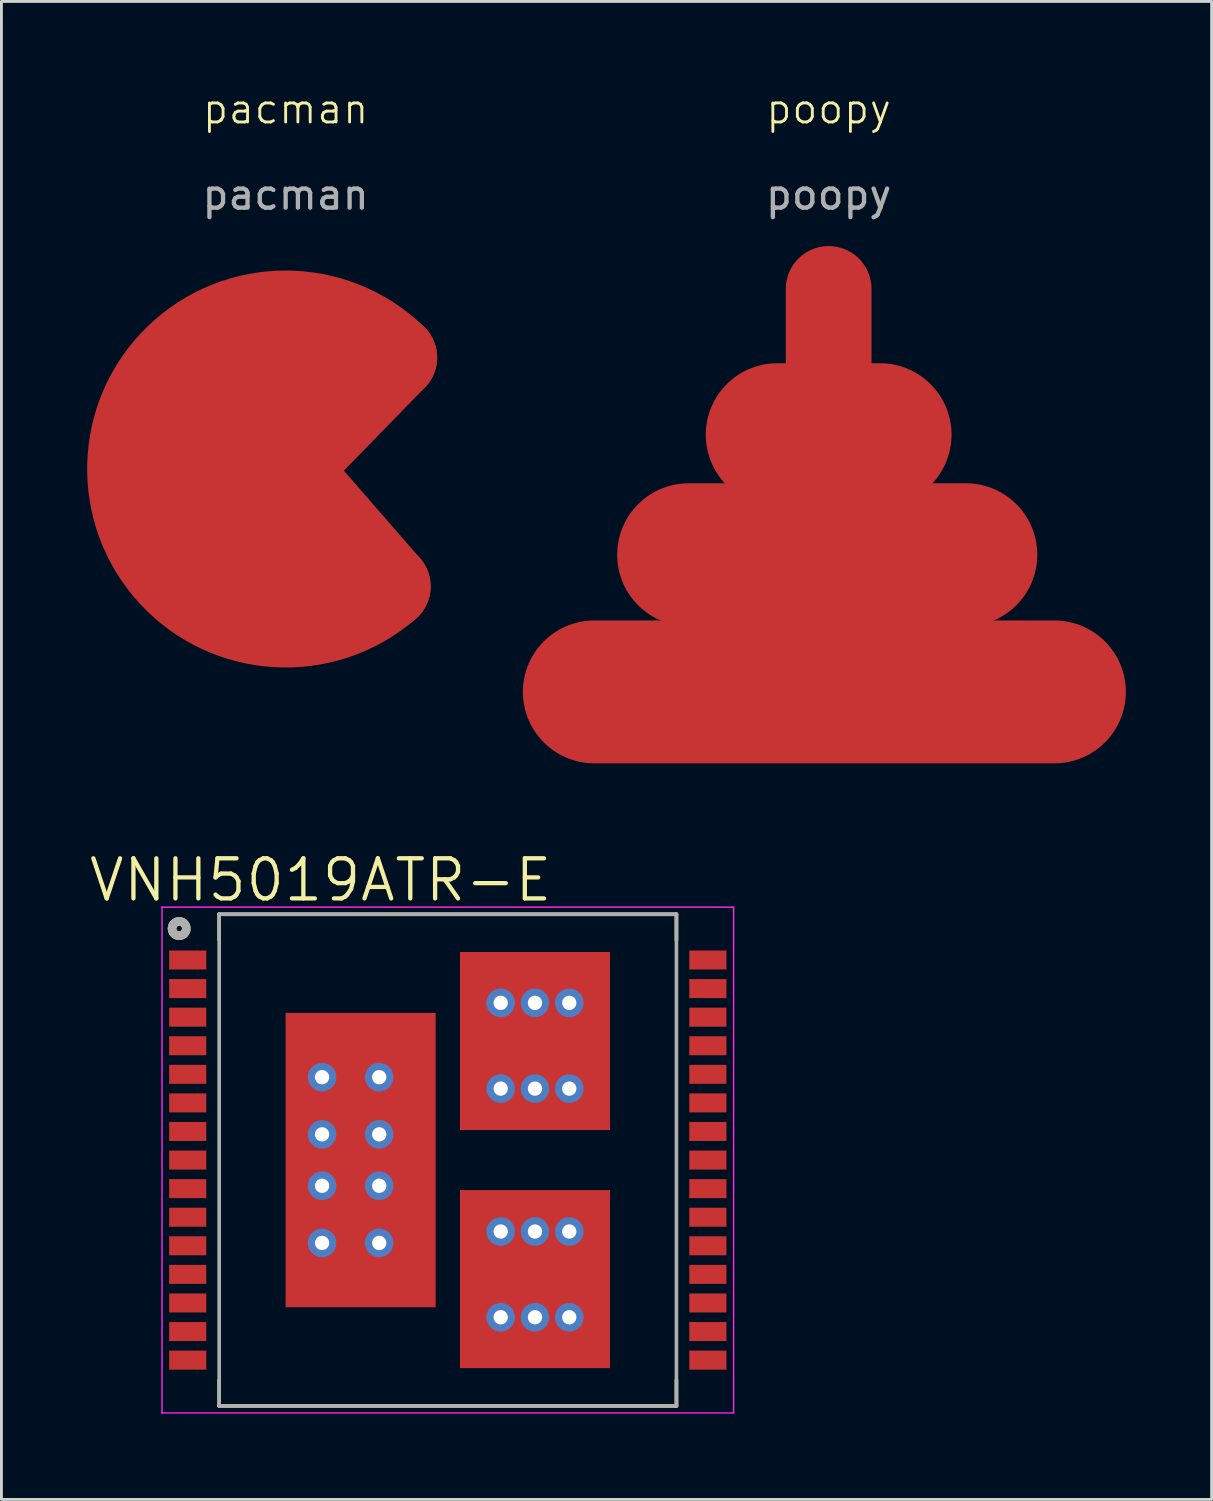
<source format=kicad_pcb>
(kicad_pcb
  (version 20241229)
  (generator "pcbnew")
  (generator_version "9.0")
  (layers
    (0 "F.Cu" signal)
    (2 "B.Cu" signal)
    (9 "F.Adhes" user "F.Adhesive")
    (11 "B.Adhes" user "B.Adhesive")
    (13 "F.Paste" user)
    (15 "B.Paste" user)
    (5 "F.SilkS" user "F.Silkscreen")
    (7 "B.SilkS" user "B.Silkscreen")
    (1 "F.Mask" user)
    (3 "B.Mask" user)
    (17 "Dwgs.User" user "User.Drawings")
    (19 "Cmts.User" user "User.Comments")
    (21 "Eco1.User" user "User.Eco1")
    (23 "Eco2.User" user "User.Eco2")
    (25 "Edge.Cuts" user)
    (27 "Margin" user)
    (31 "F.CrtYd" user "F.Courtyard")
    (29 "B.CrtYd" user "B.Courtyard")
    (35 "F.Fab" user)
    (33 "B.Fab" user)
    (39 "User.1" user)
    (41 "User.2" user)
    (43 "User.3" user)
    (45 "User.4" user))
  (footprint "VNH5019ATR-E"
    (layer "F.Cu")
    (at 12.619 37.541)
    (property "Reference" "VNH5019ATR-E" (at -4.453 -9.797 0) (layer "F.SilkS") (effects (font (size 1.403 1.403) (thickness 0.15))))
    (attr smd)
    (fp_line (start -8 -8.6) (end 8 -8.6) (stroke (width 0.127) (type solid)) (layer "F.SilkS"))
    (fp_line (start -8 -7.7) (end -8 -8.6) (stroke (width 0.127) (type solid)) (layer "F.SilkS"))
    (fp_line (start -8 7.7) (end -8 8.6) (stroke (width 0.127) (type solid)) (layer "F.SilkS"))
    (fp_line (start -8 8.6) (end 8 8.6) (stroke (width 0.127) (type solid)) (layer "F.SilkS"))
    (fp_line (start 8 -8.6) (end 8 -7.7) (stroke (width 0.127) (type solid)) (layer "F.SilkS"))
    (fp_line (start 8 8.6) (end 8 7.7) (stroke (width 0.127) (type solid)) (layer "F.SilkS"))
    (fp_circle (center -9.4 -8.1) (end -9.3 -8.1) (stroke (width 0.3) (type solid)) (fill no) (layer "F.SilkS"))
    (fp_poly (pts (xy -4.711 -3.257) (xy -1.39 -3.257) (xy -1.39 3.257) (xy -4.711 3.257)) (stroke (width 0.01) (type solid)) (fill yes) (layer "F.Paste"))
    (fp_poly (pts (xy 1.39 2.195) (xy 4.71 2.195) (xy 4.71 6.136) (xy 1.39 6.136)) (stroke (width 0.01) (type solid)) (fill yes) (layer "F.Paste"))
    (fp_poly (pts (xy 1.39 -6.135) (xy 4.71 -6.135) (xy 4.71 -2.196) (xy 1.39 -2.196)) (stroke (width 0.01) (type solid)) (fill yes) (layer "F.Paste"))
    (fp_line (start -10 -8.85) (end 10 -8.85) (stroke (width 0.05) (type solid)) (layer "F.CrtYd"))
    (fp_line (start -10 8.85) (end -10 -8.85) (stroke (width 0.05) (type solid)) (layer "F.CrtYd"))
    (fp_line (start 10 -8.85) (end 10 8.85) (stroke (width 0.05) (type solid)) (layer "F.CrtYd"))
    (fp_line (start 10 8.85) (end -10 8.85) (stroke (width 0.05) (type solid)) (layer "F.CrtYd"))
    (fp_line (start -8 -8.6) (end 8 -8.6) (stroke (width 0.127) (type solid)) (layer "F.Fab"))
    (fp_line (start -8 8.6) (end -8 -8.6) (stroke (width 0.127) (type solid)) (layer "F.Fab"))
    (fp_line (start 8 -8.6) (end 8 8.6) (stroke (width 0.127) (type solid)) (layer "F.Fab"))
    (fp_line (start 8 8.6) (end -8 8.6) (stroke (width 0.127) (type solid)) (layer "F.Fab"))
    (fp_circle (center -9.4 -8.1) (end -9.3 -8.1) (stroke (width 0.3) (type solid)) (fill no) (layer "F.Fab"))
    (pad "1" smd rect (at -9.1 -7) (size 1.3 0.665) (layers "F.Cu" "F.Mask" "F.Paste"))
    (pad "2" smd rect (at -9.1 -6) (size 1.3 0.665) (layers "F.Cu" "F.Mask" "F.Paste"))
    (pad "3" smd rect (at -9.1 -5) (size 1.3 0.665) (layers "F.Cu" "F.Mask" "F.Paste"))
    (pad "4" smd rect (at -9.1 -4) (size 1.3 0.665) (layers "F.Cu" "F.Mask" "F.Paste"))
    (pad "5" smd rect (at -9.1 -3) (size 1.3 0.665) (layers "F.Cu" "F.Mask" "F.Paste"))
    (pad "6" smd rect (at -9.1 -2) (size 1.3 0.665) (layers "F.Cu" "F.Mask" "F.Paste"))
    (pad "7" smd rect (at -9.1 -1) (size 1.3 0.665) (layers "F.Cu" "F.Mask" "F.Paste"))
    (pad "8" smd rect (at -9.1 0) (size 1.3 0.665) (layers "F.Cu" "F.Mask" "F.Paste"))
    (pad "9" smd rect (at -9.1 1) (size 1.3 0.665) (layers "F.Cu" "F.Mask" "F.Paste"))
    (pad "10" smd rect (at -9.1 2) (size 1.3 0.665) (layers "F.Cu" "F.Mask" "F.Paste"))
    (pad "11" smd rect (at -9.1 3) (size 1.3 0.665) (layers "F.Cu" "F.Mask" "F.Paste"))
    (pad "12" smd rect (at -9.1 4) (size 1.3 0.665) (layers "F.Cu" "F.Mask" "F.Paste"))
    (pad "13" smd rect (at -9.1 5) (size 1.3 0.665) (layers "F.Cu" "F.Mask" "F.Paste"))
    (pad "14" smd rect (at -9.1 6) (size 1.3 0.665) (layers "F.Cu" "F.Mask" "F.Paste"))
    (pad "15" smd rect (at -9.1 7) (size 1.3 0.665) (layers "F.Cu" "F.Mask" "F.Paste"))
    (pad "16" smd rect (at 9.1 7) (size 1.3 0.665) (layers "F.Cu" "F.Mask" "F.Paste"))
    (pad "17" smd rect (at 9.1 6) (size 1.3 0.665) (layers "F.Cu" "F.Mask" "F.Paste"))
    (pad "18" smd rect (at 9.1 5) (size 1.3 0.665) (layers "F.Cu" "F.Mask" "F.Paste"))
    (pad "19" smd rect (at 9.1 4) (size 1.3 0.665) (layers "F.Cu" "F.Mask" "F.Paste"))
    (pad "20" smd rect (at 9.1 3) (size 1.3 0.665) (layers "F.Cu" "F.Mask" "F.Paste"))
    (pad "21" smd rect (at 9.1 2) (size 1.3 0.665) (layers "F.Cu" "F.Mask" "F.Paste"))
    (pad "22" smd rect (at 9.1 1) (size 1.3 0.665) (layers "F.Cu" "F.Mask" "F.Paste"))
    (pad "23" smd rect (at 9.1 0) (size 1.3 0.665) (layers "F.Cu" "F.Mask" "F.Paste"))
    (pad "24" smd rect (at 9.1 -1) (size 1.3 0.665) (layers "F.Cu" "F.Mask" "F.Paste"))
    (pad "25" smd rect (at 9.1 -2) (size 1.3 0.665) (layers "F.Cu" "F.Mask" "F.Paste"))
    (pad "26" smd rect (at 9.1 -3) (size 1.3 0.665) (layers "F.Cu" "F.Mask" "F.Paste"))
    (pad "27" smd rect (at 9.1 -4) (size 1.3 0.665) (layers "F.Cu" "F.Mask" "F.Paste"))
    (pad "28" smd rect (at 9.1 -5) (size 1.3 0.665) (layers "F.Cu" "F.Mask" "F.Paste"))
    (pad "29" smd rect (at 9.1 -6) (size 1.3 0.665) (layers "F.Cu" "F.Mask" "F.Paste"))
    (pad "30" smd rect (at 9.1 -7) (size 1.3 0.665) (layers "F.Cu" "F.Mask" "F.Paste"))
    (pad "HS1" thru_hole circle (at -4.4 -2.9) (size 1 1) (drill 0.5) (layers "*.Cu" "*.Mask"))
    (pad "HS1" thru_hole circle (at -4.4 -0.9) (size 1 1) (drill 0.5) (layers "*.Cu" "*.Mask"))
    (pad "HS1" thru_hole circle (at -4.4 0.9) (size 1 1) (drill 0.5) (layers "*.Cu" "*.Mask"))
    (pad "HS1" thru_hole circle (at -4.4 2.9) (size 1 1) (drill 0.5) (layers "*.Cu" "*.Mask"))
    (pad "HS1" smd rect (at -3.05 0) (size 5.25 10.3) (layers "F.Cu" "F.Mask"))
    (pad "HS1" thru_hole circle (at -2.4 -2.9) (size 1 1) (drill 0.5) (layers "*.Cu" "*.Mask"))
    (pad "HS1" thru_hole circle (at -2.4 -0.9) (size 1 1) (drill 0.5) (layers "*.Cu" "*.Mask"))
    (pad "HS1" thru_hole circle (at -2.4 0.9) (size 1 1) (drill 0.5) (layers "*.Cu" "*.Mask"))
    (pad "HS1" thru_hole circle (at -2.4 2.9) (size 1 1) (drill 0.5) (layers "*.Cu" "*.Mask"))
    (pad "HS2" thru_hole circle (at 1.85 -5.5) (size 1 1) (drill 0.5) (layers "*.Cu" "*.Mask"))
    (pad "HS2" thru_hole circle (at 1.85 -2.5) (size 1 1) (drill 0.5) (layers "*.Cu" "*.Mask"))
    (pad "HS2" thru_hole circle (at 3.05 -5.5) (size 1 1) (drill 0.5) (layers "*.Cu" "*.Mask"))
    (pad "HS2" smd rect (at 3.05 -4.165) (size 5.25 6.23) (layers "F.Cu" "F.Mask"))
    (pad "HS2" thru_hole circle (at 3.05 -2.5) (size 1 1) (drill 0.5) (layers "*.Cu" "*.Mask"))
    (pad "HS2" thru_hole circle (at 4.25 -5.5) (size 1 1) (drill 0.5) (layers "*.Cu" "*.Mask"))
    (pad "HS2" thru_hole circle (at 4.25 -2.5) (size 1 1) (drill 0.5) (layers "*.Cu" "*.Mask"))
    (pad "HS3" thru_hole circle (at 1.85 2.5) (size 1 1) (drill 0.5) (layers "*.Cu" "*.Mask"))
    (pad "HS3" thru_hole circle (at 1.85 5.5) (size 1 1) (drill 0.5) (layers "*.Cu" "*.Mask"))
    (pad "HS3" thru_hole circle (at 3.05 2.5) (size 1 1) (drill 0.5) (layers "*.Cu" "*.Mask"))
    (pad "HS3" smd rect (at 3.05 4.165) (size 5.25 6.23) (layers "F.Cu" "F.Mask"))
    (pad "HS3" thru_hole circle (at 3.05 5.5) (size 1 1) (drill 0.5) (layers "*.Cu" "*.Mask"))
    (pad "HS3" thru_hole circle (at 4.25 2.5) (size 1 1) (drill 0.5) (layers "*.Cu" "*.Mask"))
    (pad "HS3" thru_hole circle (at 4.25 5.5) (size 1 1) (drill 0.5) (layers "*.Cu" "*.Mask")))
  (footprint "pacman"
    (layer "F.Cu")
    (at 6.945 13.361)
    (property "Reference" "pacman" (at 0 -12.6 0) (unlocked yes) (layer "F.SilkS") (effects (font (size 1 1) (thickness 0.1))))
    (attr smd)
    (fp_line (start 0 0) (end 3.573 4.109) (stroke (width 3) (type default)) (layers "F.Cu" "F.Mask"))
    (fp_line (start 3.8 -3.9) (end 0 0) (stroke (width 3) (type default)) (layers "F.Cu" "F.Mask"))
    (fp_arc (start 3.573013 4.108963) (mid -5.442996 -0.154263) (end 3.8 -3.9) (stroke (width 3) (type solid)) (layers "F.Cu" "F.Mask"))
    (fp_poly (pts (xy 0 0) (xy 3.8 -3.9) (xy 3.1 -4.5) (xy 2.3 -4.9) (xy 1.6 -5.2) (xy 0.4 -5.4) (xy -1 -5.4) (xy -1.8 -5.1) (xy -2.7 -4.7) (xy -3.6 -4.1) (xy -4.3 -3.4) (xy -5 -2.2) (xy -5.4 -0.8) (xy -5.4 0.6) (xy -5.2 1.7) (xy -4.7 2.7) (xy -4.2 3.5) (xy -3.5 4.2) (xy -2.8 4.7) (xy -1.3 5.3) (xy 0 5.4) (xy 0.8 5.4) (xy 1.9 5.1) (xy 2.6 4.8) (xy 3.3 4.3) (xy 3.6 4.1)) (stroke (width 0.2) (type solid)) (fill yes) (layers "F.Cu" "F.Mask"))
    (fp_text user "${REFERENCE}" (at 0 -9.6 0) (unlocked yes) (layer "F.Fab") (effects (font (size 1 1) (thickness 0.15)))))
  (footprint "poopy"
    (layer "F.Cu")
    (at 25.895 16.36)
    (property "Reference" "poopy" (at 0.05 -15.6 0) (unlocked yes) (layer "F.SilkS") (effects (font (size 1 1) (thickness 0.1))))
    (attr smd)
    (fp_line (start -8.15 4.8) (end 7.95 4.8) (stroke (width 5) (type default)) (layers "F.Cu" "F.Mask"))
    (fp_line (start -4.85 0) (end 4.85 0) (stroke (width 5) (type default)) (layers "F.Cu" "F.Mask"))
    (fp_line (start -1.75 -4.2) (end 1.85 -4.2) (stroke (width 5) (type default)) (layers "F.Cu" "F.Mask"))
    (fp_line (start 0.05 -5.7) (end 0.05 -9.3) (stroke (width 3) (type default)) (layers "F.Cu" "F.Mask"))
    (fp_text user "${REFERENCE}" (at 0.05 -12.6 0) (unlocked yes) (layer "F.Fab") (effects (font (size 1 1) (thickness 0.15)))))
  (gr_rect
    (start -3 -3)
    (end 39.345 49.416)
    (stroke (width 0.1) (type default))
    (fill no)
    (layer "Edge.Cuts")))
</source>
